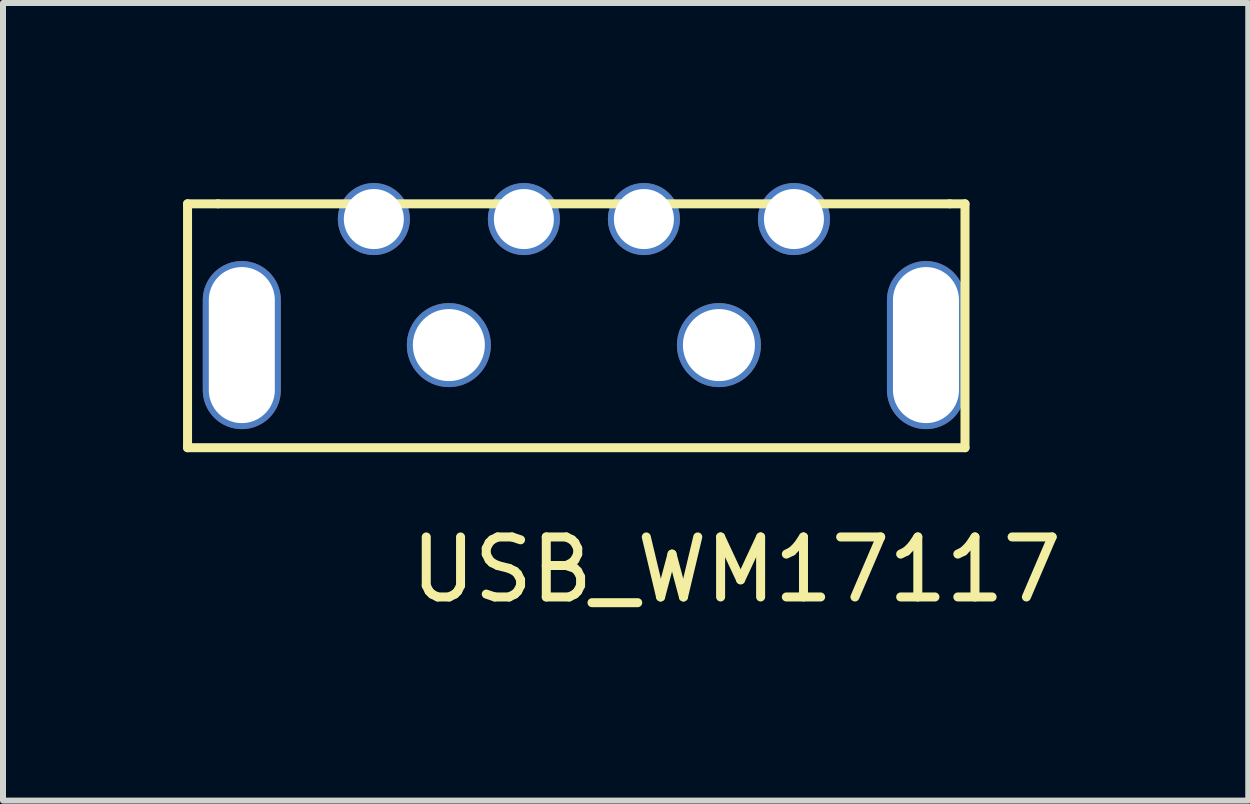
<source format=kicad_pcb>
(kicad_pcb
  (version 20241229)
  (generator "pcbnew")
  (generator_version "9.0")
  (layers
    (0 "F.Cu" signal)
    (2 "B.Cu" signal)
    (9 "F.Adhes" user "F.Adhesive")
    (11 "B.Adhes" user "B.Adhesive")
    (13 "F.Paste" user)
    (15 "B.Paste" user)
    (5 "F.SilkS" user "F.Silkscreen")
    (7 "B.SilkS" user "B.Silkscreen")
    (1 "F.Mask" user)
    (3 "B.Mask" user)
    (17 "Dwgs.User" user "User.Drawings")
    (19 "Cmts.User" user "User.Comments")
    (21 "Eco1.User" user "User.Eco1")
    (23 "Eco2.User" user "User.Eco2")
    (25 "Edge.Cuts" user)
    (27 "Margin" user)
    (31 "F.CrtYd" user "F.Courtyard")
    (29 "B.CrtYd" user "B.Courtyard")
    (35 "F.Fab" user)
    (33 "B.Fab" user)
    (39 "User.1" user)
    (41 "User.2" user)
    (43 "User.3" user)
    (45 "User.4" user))
  (footprint "USB_WM17117"
    (layer "F.Cu")
    (at 6.679 0.6)
    (property "Reference" "USB_WM17117" (at 2.54 5.842 0) (layer "F.SilkS") (effects (font (size 1 1) (thickness 0.15))))
    (attr through_hole)
    (fp_line (start -6.604 -0.254) (end -6.096 -0.254) (stroke (width 0.15) (type solid)) (layer "F.SilkS"))
    (fp_line (start -6.604 3.81) (end -6.604 -0.254) (stroke (width 0.15) (type solid)) (layer "F.SilkS"))
    (fp_line (start -6.096 -0.254) (end 6.096 -0.254) (stroke (width 0.15) (type solid)) (layer "F.SilkS"))
    (fp_line (start 6.096 -0.254) (end 6.35 -0.254) (stroke (width 0.15) (type solid)) (layer "F.SilkS"))
    (fp_line (start 6.35 -0.254) (end 6.35 3.81) (stroke (width 0.15) (type solid)) (layer "F.SilkS"))
    (fp_line (start 6.35 3.81) (end -6.604 3.81) (stroke (width 0.15) (type solid)) (layer "F.SilkS"))
    (pad "" np_thru_hole oval (at -5.7 2.1) (size 1.3 2.8) (drill oval 1.1 2.6) (layers "*.Cu" "*.Mask"))
    (pad "" np_thru_hole circle (at -2.25 2.1) (size 1.4 1.4) (drill 1.2) (layers "*.Cu" "*.Mask"))
    (pad "" np_thru_hole circle (at 2.25 2.1) (size 1.4 1.4) (drill 1.2) (layers "*.Cu" "*.Mask"))
    (pad "" np_thru_hole oval (at 5.7 2.1) (size 1.3 2.8) (drill oval 1.1 2.6) (layers "*.Cu" "*.Mask"))
    (pad "1" thru_hole circle (at 3.5 0) (size 1.2 1.2) (drill 1) (layers "*.Cu" "*.Mask"))
    (pad "2" thru_hole circle (at 1 0) (size 1.2 1.2) (drill 1) (layers "*.Cu" "*.Mask"))
    (pad "3" thru_hole circle (at -1 0) (size 1.2 1.2) (drill 1) (layers "*.Cu" "*.Mask"))
    (pad "4" thru_hole circle (at -3.5 0) (size 1.2 1.2) (drill 1) (layers "*.Cu" "*.Mask")))
  (gr_rect
    (start -3 -3)
    (end 17.749 10.29)
    (stroke (width 0.1) (type default))
    (fill no)
    (layer "Edge.Cuts")))
</source>
